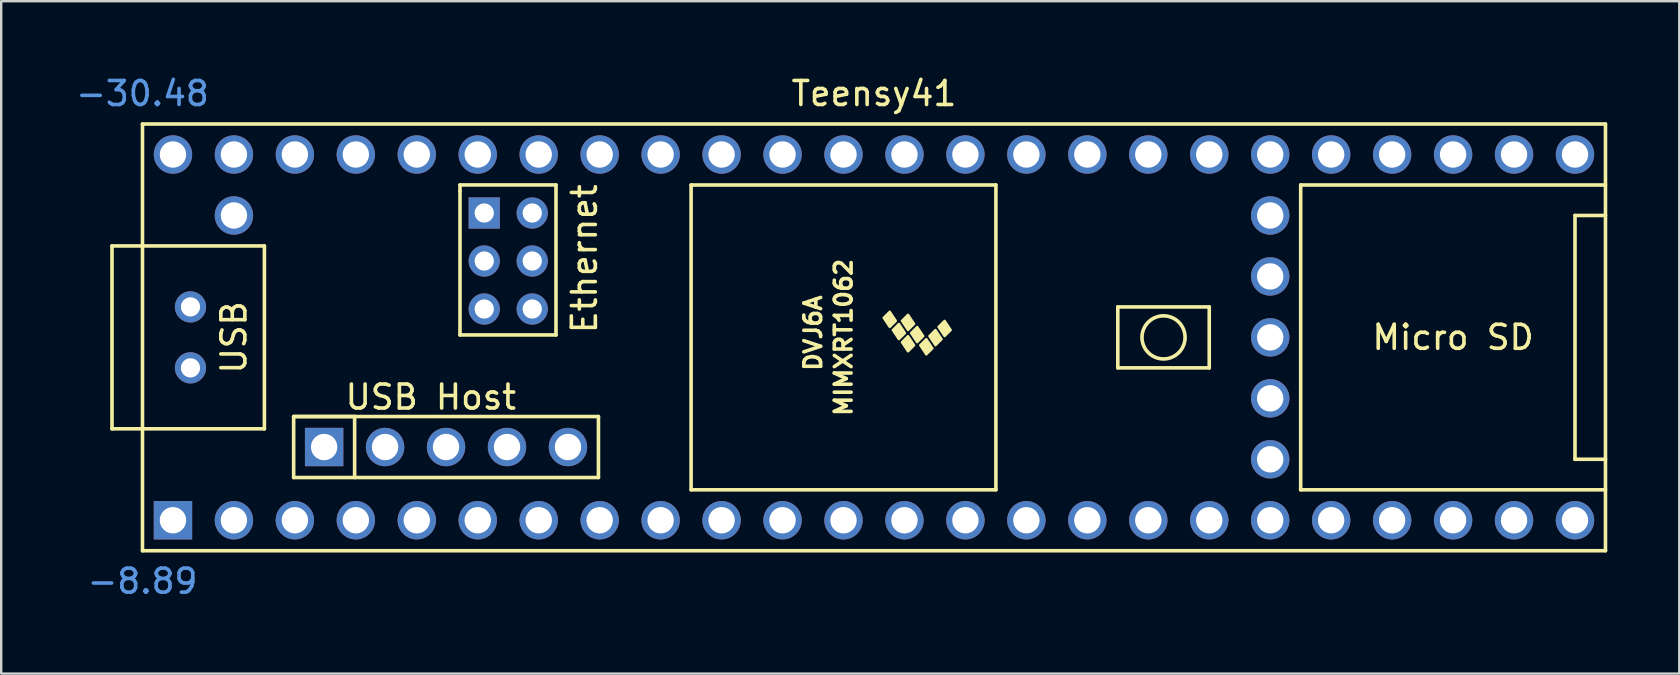
<source format=kicad_pcb>
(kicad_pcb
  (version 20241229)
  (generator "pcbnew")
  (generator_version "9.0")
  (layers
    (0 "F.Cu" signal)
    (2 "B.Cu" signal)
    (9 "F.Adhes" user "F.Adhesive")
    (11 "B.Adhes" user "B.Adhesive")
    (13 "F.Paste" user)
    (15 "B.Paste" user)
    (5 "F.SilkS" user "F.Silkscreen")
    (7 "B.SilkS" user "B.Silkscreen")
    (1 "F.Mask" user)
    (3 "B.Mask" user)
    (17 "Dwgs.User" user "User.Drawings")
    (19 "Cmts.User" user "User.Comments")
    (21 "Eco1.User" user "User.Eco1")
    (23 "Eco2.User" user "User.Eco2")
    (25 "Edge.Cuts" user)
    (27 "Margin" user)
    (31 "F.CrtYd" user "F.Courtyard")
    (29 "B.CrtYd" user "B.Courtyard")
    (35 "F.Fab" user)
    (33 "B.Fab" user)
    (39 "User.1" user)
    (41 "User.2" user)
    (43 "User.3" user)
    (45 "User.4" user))
  (footprint "Teensy41"
    (layer "F.Cu")
    (at 33.367 11.008)
    (property "Reference" "Teensy41" (at 0 -10.16 180) (layer "F.SilkS") (effects (font (size 1 1) (thickness 0.15))))
    (attr through_hole)
    (fp_line (start -31.75 -3.81) (end -30.48 -3.81) (stroke (width 0.15) (type solid)) (layer "F.SilkS"))
    (fp_line (start -31.75 3.81) (end -31.75 -3.81) (stroke (width 0.15) (type solid)) (layer "F.SilkS"))
    (fp_line (start -30.48 -8.89) (end 30.48 -8.89) (stroke (width 0.15) (type solid)) (layer "F.SilkS"))
    (fp_line (start -30.48 3.81) (end -31.75 3.81) (stroke (width 0.15) (type solid)) (layer "F.SilkS"))
    (fp_line (start -30.48 8.89) (end -30.48 -8.89) (stroke (width 0.15) (type solid)) (layer "F.SilkS"))
    (fp_line (start -25.4 -3.81) (end -30.48 -3.81) (stroke (width 0.15) (type solid)) (layer "F.SilkS"))
    (fp_line (start -25.4 3.81) (end -30.48 3.81) (stroke (width 0.15) (type solid)) (layer "F.SilkS"))
    (fp_line (start -25.4 3.81) (end -25.4 -3.81) (stroke (width 0.15) (type solid)) (layer "F.SilkS"))
    (fp_line (start -24.181 3.299) (end -21.641 3.299) (stroke (width 0.15) (type solid)) (layer "F.SilkS"))
    (fp_line (start -24.181 3.299) (end -11.481 3.299) (stroke (width 0.15) (type solid)) (layer "F.SilkS"))
    (fp_line (start -24.181 5.839) (end -24.181 3.299) (stroke (width 0.15) (type solid)) (layer "F.SilkS"))
    (fp_line (start -21.641 3.299) (end -21.641 5.839) (stroke (width 0.15) (type solid)) (layer "F.SilkS"))
    (fp_line (start -17.25 -6.352) (end -17.25 -6.102) (stroke (width 0.15) (type solid)) (layer "F.SilkS"))
    (fp_line (start -17.25 -6.102) (end -17.25 -0.102) (stroke (width 0.15) (type solid)) (layer "F.SilkS"))
    (fp_line (start -17.25 -0.102) (end -13.25 -0.102) (stroke (width 0.15) (type solid)) (layer "F.SilkS"))
    (fp_line (start -13.25 -6.352) (end -17.25 -6.352) (stroke (width 0.15) (type solid)) (layer "F.SilkS"))
    (fp_line (start -13.25 -0.102) (end -13.25 -6.352) (stroke (width 0.15) (type solid)) (layer "F.SilkS"))
    (fp_line (start -11.481 3.299) (end -11.481 5.839) (stroke (width 0.15) (type solid)) (layer "F.SilkS"))
    (fp_line (start -11.481 5.839) (end -24.181 5.839) (stroke (width 0.15) (type solid)) (layer "F.SilkS"))
    (fp_line (start -7.62 -6.35) (end -7.62 6.35) (stroke (width 0.15) (type solid)) (layer "F.SilkS"))
    (fp_line (start -7.62 6.35) (end 5.08 6.35) (stroke (width 0.15) (type solid)) (layer "F.SilkS"))
    (fp_line (start 5.08 -6.35) (end -7.62 -6.35) (stroke (width 0.15) (type solid)) (layer "F.SilkS"))
    (fp_line (start 5.08 6.35) (end 5.08 -6.35) (stroke (width 0.15) (type solid)) (layer "F.SilkS"))
    (fp_line (start 10.16 -1.27) (end 13.97 -1.27) (stroke (width 0.15) (type solid)) (layer "F.SilkS"))
    (fp_line (start 10.16 1.27) (end 10.16 -1.27) (stroke (width 0.15) (type solid)) (layer "F.SilkS"))
    (fp_line (start 13.97 -1.27) (end 13.97 1.27) (stroke (width 0.15) (type solid)) (layer "F.SilkS"))
    (fp_line (start 13.97 1.27) (end 10.16 1.27) (stroke (width 0.15) (type solid)) (layer "F.SilkS"))
    (fp_line (start 17.78 -6.35) (end 17.78 6.35) (stroke (width 0.15) (type solid)) (layer "F.SilkS"))
    (fp_line (start 17.78 6.35) (end 30.48 6.35) (stroke (width 0.15) (type solid)) (layer "F.SilkS"))
    (fp_line (start 29.21 -5.08) (end 29.21 5.08) (stroke (width 0.15) (type solid)) (layer "F.SilkS"))
    (fp_line (start 29.21 5.08) (end 30.48 5.08) (stroke (width 0.15) (type solid)) (layer "F.SilkS"))
    (fp_line (start 30.48 -8.89) (end 30.48 8.89) (stroke (width 0.15) (type solid)) (layer "F.SilkS"))
    (fp_line (start 30.48 -6.35) (end 17.78 -6.35) (stroke (width 0.15) (type solid)) (layer "F.SilkS"))
    (fp_line (start 30.48 -5.08) (end 29.21 -5.08) (stroke (width 0.15) (type solid)) (layer "F.SilkS"))
    (fp_line (start 30.48 8.89) (end -30.48 8.89) (stroke (width 0.15) (type solid)) (layer "F.SilkS"))
    (fp_circle (center 12.065 0) (end 12.7 -0.635) (stroke (width 0.15) (type solid)) (fill no) (layer "F.SilkS"))
    (fp_poly (pts (xy 0.911 -0.688) (xy 0.657 -0.434) (xy 0.403 -0.815) (xy 0.657 -1.069)) (stroke (width 0.1) (type solid)) (fill yes) (layer "F.SilkS"))
    (fp_poly (pts (xy 1.292 -0.18) (xy 1.038 0.074) (xy 0.784 -0.307) (xy 1.038 -0.561)) (stroke (width 0.1) (type solid)) (fill yes) (layer "F.SilkS"))
    (fp_poly (pts (xy 1.673 -0.561) (xy 1.419 -0.307) (xy 1.165 -0.688) (xy 1.419 -0.942)) (stroke (width 0.1) (type solid)) (fill yes) (layer "F.SilkS"))
    (fp_poly (pts (xy 1.673 0.328) (xy 1.419 0.582) (xy 1.165 0.201) (xy 1.419 -0.053)) (stroke (width 0.1) (type solid)) (fill yes) (layer "F.SilkS"))
    (fp_poly (pts (xy 2.054 -0.053) (xy 1.8 0.201) (xy 1.546 -0.18) (xy 1.8 -0.434)) (stroke (width 0.1) (type solid)) (fill yes) (layer "F.SilkS"))
    (fp_poly (pts (xy 2.435 0.455) (xy 2.181 0.709) (xy 1.927 0.328) (xy 2.181 0.074)) (stroke (width 0.1) (type solid)) (fill yes) (layer "F.SilkS"))
    (fp_poly (pts (xy 2.816 0.074) (xy 2.562 0.328) (xy 2.308 -0.053) (xy 2.562 -0.307)) (stroke (width 0.1) (type solid)) (fill yes) (layer "F.SilkS"))
    (fp_poly (pts (xy 3.197 -0.307) (xy 2.943 -0.053) (xy 2.689 -0.434) (xy 2.943 -0.688)) (stroke (width 0.1) (type solid)) (fill yes) (layer "F.SilkS"))
    (fp_text user "MIMXRT1062" (at -1.27 0 270) (layer "F.SilkS") (effects (font (size 0.7 0.7) (thickness 0.15))))
    (fp_text user "Micro SD" (at 24.13 0 180) (layer "F.SilkS") (effects (font (size 1 1) (thickness 0.15))))
    (fp_text user "USB Host" (at -18.466 2.489 180) (layer "F.SilkS") (effects (font (size 1 1) (thickness 0.15))))
    (fp_text user "DVJ6A" (at -2.54 -0.18 270) (layer "F.SilkS") (effects (font (size 0.7 0.7) (thickness 0.15))))
    (fp_text user "USB" (at -26.67 0 270) (layer "F.SilkS") (effects (font (size 1 1) (thickness 0.15))))
    (fp_text user "Ethernet" (at -12.065 -3.277 270) (layer "F.SilkS") (effects (font (size 1 1) (thickness 0.15))))
    (fp_text user "-8.89" (at -30.48 10.16 0) (unlocked yes) (layer "Cmts.User") (effects (font (size 1 1) (thickness 0.15))))
    (fp_text user "-30.48" (at -30.48 -10.16 0) (unlocked yes) (layer "Cmts.User") (effects (font (size 1 1) (thickness 0.15))))
    (pad "1" thru_hole rect (at -29.21 7.62) (size 1.6 1.6) (drill 1.1) (layers "*.Cu" "*.Mask"))
    (pad "2" thru_hole circle (at -26.67 7.62) (size 1.6 1.6) (drill 1.1) (layers "*.Cu" "*.Mask"))
    (pad "3" thru_hole circle (at -24.13 7.62) (size 1.6 1.6) (drill 1.1) (layers "*.Cu" "*.Mask"))
    (pad "4" thru_hole circle (at -21.59 7.62) (size 1.6 1.6) (drill 1.1) (layers "*.Cu" "*.Mask"))
    (pad "5" thru_hole circle (at -19.05 7.62) (size 1.6 1.6) (drill 1.1) (layers "*.Cu" "*.Mask"))
    (pad "6" thru_hole circle (at -16.51 7.62) (size 1.6 1.6) (drill 1.1) (layers "*.Cu" "*.Mask"))
    (pad "7" thru_hole circle (at -13.97 7.62) (size 1.6 1.6) (drill 1.1) (layers "*.Cu" "*.Mask"))
    (pad "8" thru_hole circle (at -11.43 7.62) (size 1.6 1.6) (drill 1.1) (layers "*.Cu" "*.Mask"))
    (pad "9" thru_hole circle (at -8.89 7.62) (size 1.6 1.6) (drill 1.1) (layers "*.Cu" "*.Mask"))
    (pad "10" thru_hole circle (at -6.35 7.62) (size 1.6 1.6) (drill 1.1) (layers "*.Cu" "*.Mask"))
    (pad "11" thru_hole circle (at -3.81 7.62) (size 1.6 1.6) (drill 1.1) (layers "*.Cu" "*.Mask"))
    (pad "12" thru_hole circle (at -1.27 7.62) (size 1.6 1.6) (drill 1.1) (layers "*.Cu" "*.Mask"))
    (pad "13" thru_hole circle (at 1.27 7.62) (size 1.6 1.6) (drill 1.1) (layers "*.Cu" "*.Mask"))
    (pad "14" thru_hole circle (at 3.81 7.62) (size 1.6 1.6) (drill 1.1) (layers "*.Cu" "*.Mask"))
    (pad "15" thru_hole circle (at 6.35 7.62) (size 1.6 1.6) (drill 1.1) (layers "*.Cu" "*.Mask"))
    (pad "16" thru_hole circle (at 8.89 7.62) (size 1.6 1.6) (drill 1.1) (layers "*.Cu" "*.Mask"))
    (pad "17" thru_hole circle (at 11.43 7.62) (size 1.6 1.6) (drill 1.1) (layers "*.Cu" "*.Mask"))
    (pad "18" thru_hole circle (at 13.97 7.62) (size 1.6 1.6) (drill 1.1) (layers "*.Cu" "*.Mask"))
    (pad "19" thru_hole circle (at 16.51 7.62) (size 1.6 1.6) (drill 1.1) (layers "*.Cu" "*.Mask"))
    (pad "20" thru_hole circle (at 19.05 7.62) (size 1.6 1.6) (drill 1.1) (layers "*.Cu" "*.Mask"))
    (pad "21" thru_hole circle (at 21.59 7.62) (size 1.6 1.6) (drill 1.1) (layers "*.Cu" "*.Mask"))
    (pad "22" thru_hole circle (at 24.13 7.62) (size 1.6 1.6) (drill 1.1) (layers "*.Cu" "*.Mask"))
    (pad "23" thru_hole circle (at 26.67 7.62) (size 1.6 1.6) (drill 1.1) (layers "*.Cu" "*.Mask"))
    (pad "24" thru_hole circle (at 29.21 7.62) (size 1.6 1.6) (drill 1.1) (layers "*.Cu" "*.Mask"))
    (pad "25" thru_hole circle (at 29.21 -7.62) (size 1.6 1.6) (drill 1.1) (layers "*.Cu" "*.Mask"))
    (pad "26" thru_hole circle (at 26.67 -7.62) (size 1.6 1.6) (drill 1.1) (layers "*.Cu" "*.Mask"))
    (pad "27" thru_hole circle (at 24.13 -7.62) (size 1.6 1.6) (drill 1.1) (layers "*.Cu" "*.Mask"))
    (pad "28" thru_hole circle (at 21.59 -7.62) (size 1.6 1.6) (drill 1.1) (layers "*.Cu" "*.Mask"))
    (pad "29" thru_hole circle (at 19.05 -7.62) (size 1.6 1.6) (drill 1.1) (layers "*.Cu" "*.Mask"))
    (pad "30" thru_hole circle (at 16.51 -7.62) (size 1.6 1.6) (drill 1.1) (layers "*.Cu" "*.Mask"))
    (pad "31" thru_hole circle (at 13.97 -7.62) (size 1.6 1.6) (drill 1.1) (layers "*.Cu" "*.Mask"))
    (pad "32" thru_hole circle (at 11.43 -7.62) (size 1.6 1.6) (drill 1.1) (layers "*.Cu" "*.Mask"))
    (pad "33" thru_hole circle (at 8.89 -7.62) (size 1.6 1.6) (drill 1.1) (layers "*.Cu" "*.Mask"))
    (pad "34" thru_hole circle (at 6.35 -7.62) (size 1.6 1.6) (drill 1.1) (layers "*.Cu" "*.Mask"))
    (pad "35" thru_hole circle (at 3.81 -7.62) (size 1.6 1.6) (drill 1.1) (layers "*.Cu" "*.Mask"))
    (pad "36" thru_hole circle (at 1.27 -7.62) (size 1.6 1.6) (drill 1.1) (layers "*.Cu" "*.Mask"))
    (pad "37" thru_hole circle (at -1.27 -7.62) (size 1.6 1.6) (drill 1.1) (layers "*.Cu" "*.Mask"))
    (pad "38" thru_hole circle (at -3.81 -7.62) (size 1.6 1.6) (drill 1.1) (layers "*.Cu" "*.Mask"))
    (pad "39" thru_hole circle (at -6.35 -7.62) (size 1.6 1.6) (drill 1.1) (layers "*.Cu" "*.Mask"))
    (pad "40" thru_hole circle (at -8.89 -7.62) (size 1.6 1.6) (drill 1.1) (layers "*.Cu" "*.Mask"))
    (pad "41" thru_hole circle (at -11.43 -7.62) (size 1.6 1.6) (drill 1.1) (layers "*.Cu" "*.Mask"))
    (pad "42" thru_hole circle (at -13.97 -7.62) (size 1.6 1.6) (drill 1.1) (layers "*.Cu" "*.Mask"))
    (pad "43" thru_hole circle (at -16.51 -7.62) (size 1.6 1.6) (drill 1.1) (layers "*.Cu" "*.Mask"))
    (pad "44" thru_hole circle (at -19.05 -7.62) (size 1.6 1.6) (drill 1.1) (layers "*.Cu" "*.Mask"))
    (pad "45" thru_hole circle (at -21.59 -7.62) (size 1.6 1.6) (drill 1.1) (layers "*.Cu" "*.Mask"))
    (pad "46" thru_hole circle (at -24.13 -7.62) (size 1.6 1.6) (drill 1.1) (layers "*.Cu" "*.Mask"))
    (pad "47" thru_hole circle (at -26.67 -7.62) (size 1.6 1.6) (drill 1.1) (layers "*.Cu" "*.Mask"))
    (pad "48" thru_hole circle (at -29.21 -7.62) (size 1.6 1.6) (drill 1.1) (layers "*.Cu" "*.Mask"))
    (pad "49" thru_hole circle (at -26.67 -5.08) (size 1.6 1.6) (drill 1.1) (layers "*.Cu" "*.Mask"))
    (pad "50" thru_hole circle (at 16.51 5.08) (size 1.6 1.6) (drill 1.1) (layers "*.Cu" "*.Mask"))
    (pad "51" thru_hole circle (at 16.51 2.54) (size 1.6 1.6) (drill 1.1) (layers "*.Cu" "*.Mask"))
    (pad "52" thru_hole circle (at 16.51 0) (size 1.6 1.6) (drill 1.1) (layers "*.Cu" "*.Mask"))
    (pad "53" thru_hole circle (at 16.51 -2.54) (size 1.6 1.6) (drill 1.1) (layers "*.Cu" "*.Mask"))
    (pad "54" thru_hole circle (at 16.51 -5.08) (size 1.6 1.6) (drill 1.1) (layers "*.Cu" "*.Mask"))
    (pad "55" thru_hole rect (at -22.911 4.569) (size 1.6 1.6) (drill 1.1) (layers "*.Cu" "*.Mask"))
    (pad "56" thru_hole circle (at -20.371 4.569) (size 1.6 1.6) (drill 1.1) (layers "*.Cu" "*.Mask"))
    (pad "57" thru_hole circle (at -17.831 4.569) (size 1.6 1.6) (drill 1.1) (layers "*.Cu" "*.Mask"))
    (pad "58" thru_hole circle (at -15.291 4.569) (size 1.6 1.6) (drill 1.1) (layers "*.Cu" "*.Mask"))
    (pad "59" thru_hole circle (at -12.751 4.569) (size 1.6 1.6) (drill 1.1) (layers "*.Cu" "*.Mask"))
    (pad "60" thru_hole rect (at -16.24 -5.182) (size 1.3 1.3) (drill 0.8) (layers "*.Cu" "*.Mask"))
    (pad "61" thru_hole circle (at -16.24 -3.182) (size 1.3 1.3) (drill 0.8) (layers "*.Cu" "*.Mask"))
    (pad "62" thru_hole circle (at -16.24 -1.182) (size 1.3 1.3) (drill 0.8) (layers "*.Cu" "*.Mask"))
    (pad "63" thru_hole circle (at -14.24 -1.182) (size 1.3 1.3) (drill 0.8) (layers "*.Cu" "*.Mask"))
    (pad "64" thru_hole circle (at -14.24 -3.182) (size 1.3 1.3) (drill 0.8) (layers "*.Cu" "*.Mask"))
    (pad "65" thru_hole circle (at -14.24 -5.182) (size 1.3 1.3) (drill 0.8) (layers "*.Cu" "*.Mask"))
    (pad "66" thru_hole circle (at -28.48 -1.27) (size 1.3 1.3) (drill 0.8) (layers "*.Cu" "*.Mask"))
    (pad "67" thru_hole circle (at -28.48 1.27) (size 1.3 1.3) (drill 0.8) (layers "*.Cu" "*.Mask")))
  (gr_rect
    (start -3 -3)
    (end 66.922 25.017)
    (stroke (width 0.1) (type default))
    (fill no)
    (layer "Edge.Cuts")))
</source>
